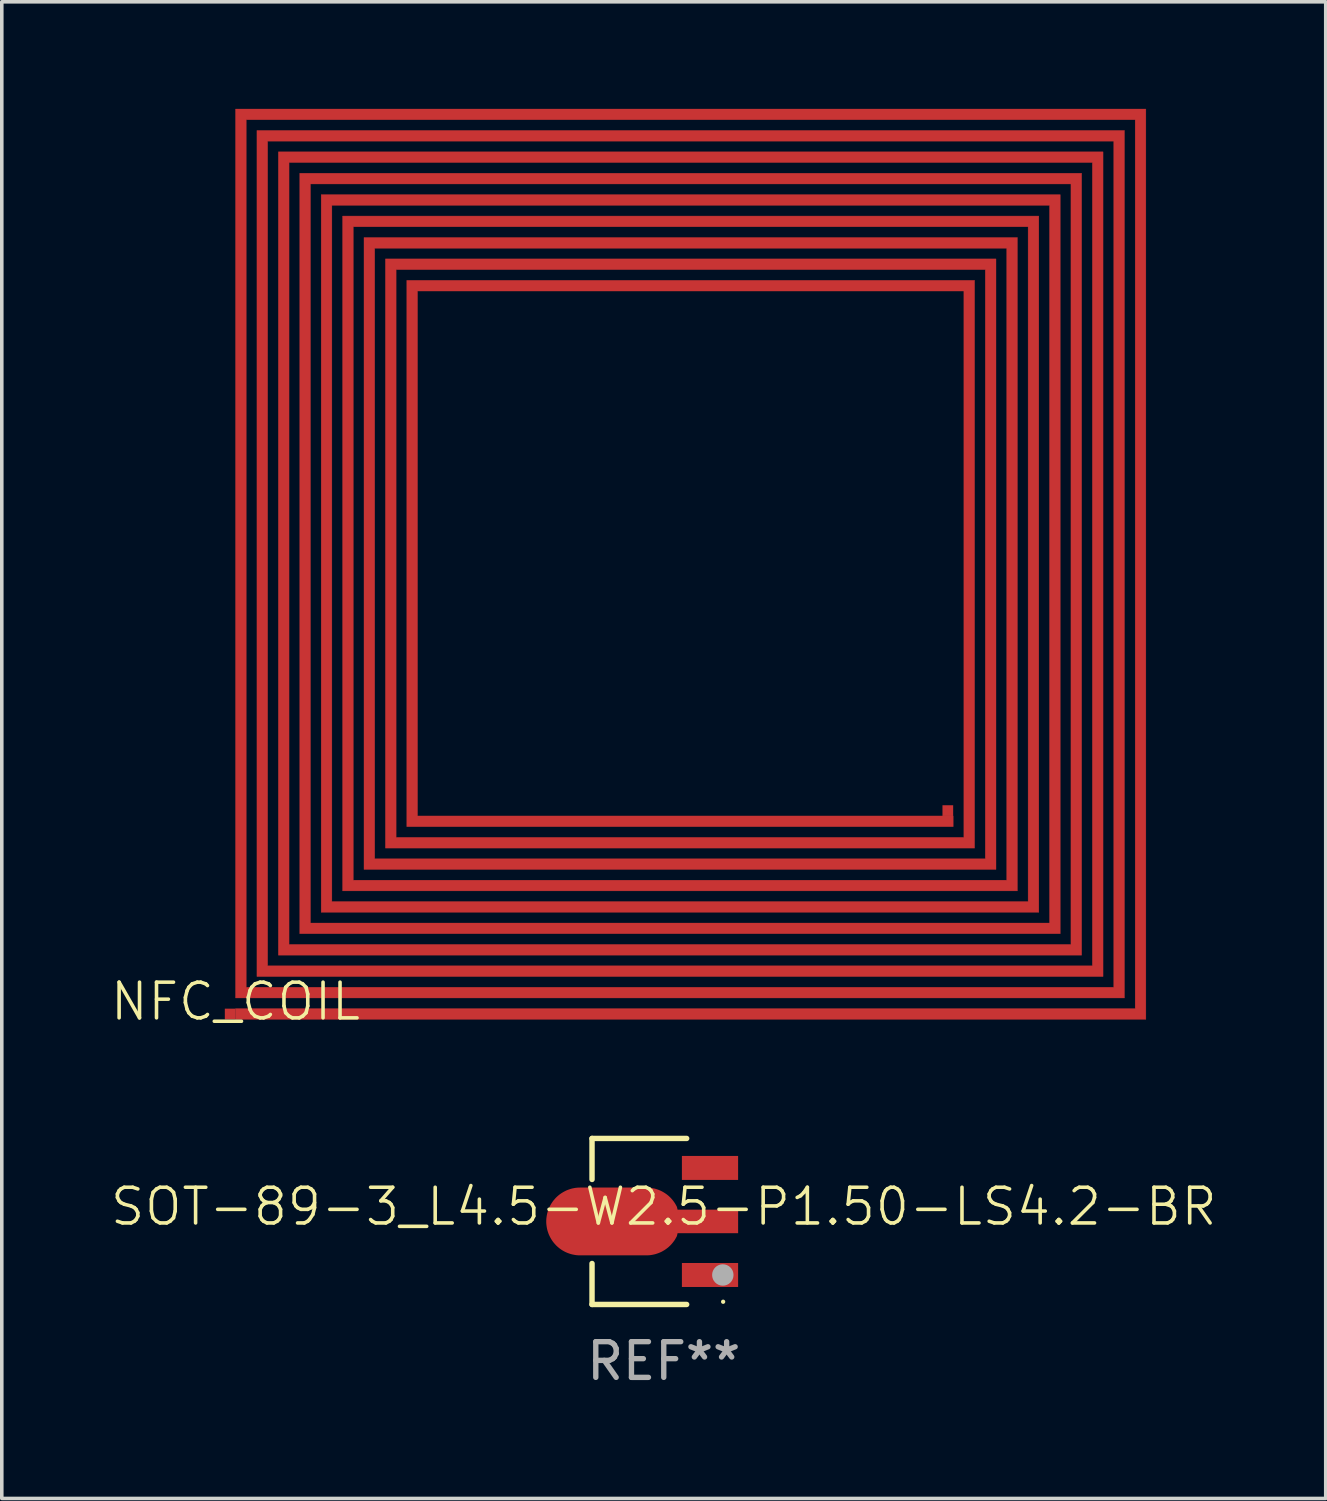
<source format=kicad_pcb>
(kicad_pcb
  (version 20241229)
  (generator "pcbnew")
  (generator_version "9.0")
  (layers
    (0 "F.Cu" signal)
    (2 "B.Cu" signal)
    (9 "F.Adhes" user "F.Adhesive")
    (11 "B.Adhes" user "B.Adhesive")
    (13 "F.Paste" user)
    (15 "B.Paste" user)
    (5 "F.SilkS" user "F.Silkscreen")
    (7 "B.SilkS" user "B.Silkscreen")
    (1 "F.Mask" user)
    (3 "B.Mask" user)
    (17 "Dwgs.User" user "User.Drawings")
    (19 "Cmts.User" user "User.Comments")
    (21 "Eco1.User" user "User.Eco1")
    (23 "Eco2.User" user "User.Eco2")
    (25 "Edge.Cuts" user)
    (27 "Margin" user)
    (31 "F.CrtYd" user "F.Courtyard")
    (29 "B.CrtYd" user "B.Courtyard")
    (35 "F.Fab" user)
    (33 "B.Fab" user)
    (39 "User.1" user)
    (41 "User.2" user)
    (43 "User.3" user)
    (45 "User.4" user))
  (footprint "SOT-89-3_L4.5-W2.5-P1.50-LS4.2-BR"
    (layer "F.Cu")
    (at 15.55 31.262)
    (property "Reference" "SOT-89-3_L4.5-W2.5-P1.50-LS4.2-BR" (at 0 -0.5 0) (unlocked yes) (layer "F.SilkS") (effects (font (size 1 1) (thickness 0.1))))
    (attr smd exclude_from_bom)
    (fp_line (start -2.01 2.242) (end 0.642 2.242) (stroke (width 0.152) (type solid)) (layer "F.SilkS"))
    (fp_line (start -2.01 1.094) (end -2.01 2.242) (stroke (width 0.152) (type solid)) (layer "F.SilkS"))
    (fp_line (start -2.01 -2.41) (end 0.642 -2.41) (stroke (width 0.152) (type solid)) (layer "F.SilkS"))
    (fp_line (start -2.01 -1.261) (end -2.01 -2.41) (stroke (width 0.152) (type solid)) (layer "F.SilkS"))
    (fp_circle (center 1.664 2.166) (end 1.694 2.166) (stroke (width 0.06) (type solid)) (fill no) (layer "F.SilkS"))
    (fp_circle (center 1.655 1.416) (end 1.805 1.416) (stroke (width 0.3) (type solid)) (fill no) (layer "F.Fab"))
    (fp_text user "REF**" (at 0 3.83 0) (layer "F.Fab") (effects (font (size 1 1) (thickness 0.15))))
    (pad "1" smd rect (at 1.296 1.416) (size 1.575 0.672) (layers "F.Cu" "F.Mask" "F.Paste"))
    (pad "2" smd custom (at -1.416 -0.084) (size 0.1 0.1) (layers "F.Cu" "F.Mask" "F.Paste") (options (anchor circle)) (primitives (gr_poly (pts (xy -0.927 -0.95) (xy 0.927 -0.95) (xy 0.972 -0.949) (xy 1.016 -0.946) (xy 1.06 -0.941) (xy 1.104 -0.933) (xy 1.148 -0.924) (xy 1.191 -0.913) (xy 1.233 -0.899) (xy 1.275 -0.884) (xy 1.316 -0.867) (xy 1.357 -0.847) (xy 1.396 -0.826) (xy 1.434 -0.803) (xy 1.471 -0.779) (xy 1.507 -0.753) (xy 1.542 -0.725) (xy 1.575 -0.695) (xy 1.607 -0.664) (xy 1.637 -0.631) (xy 1.666 -0.597) (xy 1.693 -0.562) (xy 1.719 -0.525) (xy 1.742 -0.488) (xy 1.764 -0.449) (xy 1.785 -0.409) (xy 1.803 -0.33) (xy 3.5 -0.33) (xy 3.5 0.33) (xy 1.803 0.33) (xy 1.785 0.409) (xy 1.764 0.449) (xy 1.742 0.488) (xy 1.719 0.526) (xy 1.693 0.562) (xy 1.666 0.597) (xy 1.637 0.631) (xy 1.607 0.664) (xy 1.575 0.695) (xy 1.542 0.725) (xy 1.507 0.753) (xy 1.471 0.779) (xy 1.434 0.804) (xy 1.396 0.826) (xy 1.357 0.848) (xy 1.316 0.867) (xy 1.275 0.884) (xy 1.233 0.899) (xy 1.191 0.913) (xy 1.148 0.924) (xy 1.104 0.933) (xy 1.06 0.941) (xy 1.016 0.946) (xy 0.972 0.949) (xy 0.927 0.95) (xy -0.927 0.95) (xy -0.972 0.949) (xy -1.016 0.946) (xy -1.06 0.941) (xy -1.104 0.933) (xy -1.148 0.924) (xy -1.191 0.913) (xy -1.233 0.899) (xy -1.275 0.884) (xy -1.316 0.867) (xy -1.356 0.848) (xy -1.396 0.826) (xy -1.434 0.804) (xy -1.471 0.779) (xy -1.507 0.753) (xy -1.541 0.725) (xy -1.575 0.695) (xy -1.607 0.664) (xy -1.637 0.631) (xy -1.666 0.597) (xy -1.693 0.562) (xy -1.718 0.526) (xy -1.742 0.488) (xy -1.764 0.449) (xy -1.784 0.409) (xy -1.803 0.369) (xy -1.819 0.327) (xy -1.833 0.285) (xy -1.846 0.242) (xy -1.856 0.199) (xy -1.864 0.155) (xy -1.87 0.111) (xy -1.875 0.067) (xy -1.877 0.022) (xy -1.877 -0.022) (xy -1.875 -0.067) (xy -1.87 -0.111) (xy -1.864 -0.155) (xy -1.856 -0.199) (xy -1.846 -0.242) (xy -1.833 -0.285) (xy -1.819 -0.327) (xy -1.803 -0.369) (xy -1.784 -0.409) (xy -1.764 -0.449) (xy -1.742 -0.488) (xy -1.718 -0.525) (xy -1.693 -0.562) (xy -1.666 -0.597) (xy -1.637 -0.631) (xy -1.607 -0.664) (xy -1.575 -0.695) (xy -1.541 -0.725) (xy -1.507 -0.753) (xy -1.471 -0.779) (xy -1.434 -0.803) (xy -1.396 -0.826) (xy -1.356 -0.847) (xy -1.316 -0.867) (xy -1.275 -0.884) (xy -1.233 -0.899) (xy -1.191 -0.913) (xy -1.148 -0.924) (xy -1.104 -0.933) (xy -1.06 -0.941) (xy -1.016 -0.946) (xy -0.972 -0.949) (xy -0.927 -0.95)) (width 0) (fill yes))))
    (pad "3" smd rect (at 1.296 -1.584) (size 1.575 0.672) (layers "F.Cu" "F.Mask" "F.Paste")))
  (footprint "NFC_COIL"
    (layer "F.Cu")
    (at 3.55 25.515)
    (property "Reference" "NFC_COIL" (at 0 -0.5 0) (unlocked yes) (layer "F.SilkS") (effects (font (size 1 1) (thickness 0.1))))
    (attr smd)
    (fp_poly (pts (xy 0 0) (xy 25.51 0) (xy 25.51 -25.51) (xy 0 -25.51) (xy 0 -0.6) (xy 24.91 -0.6) (xy 24.91 -24.91) (xy 0.6 -24.91) (xy 0.6 -1.2) (xy 24.31 -1.2) (xy 24.31 -24.31) (xy 1.2 -24.31) (xy 1.2 -1.8) (xy 23.71 -1.8) (xy 23.71 -23.71) (xy 1.8 -23.71) (xy 1.8 -2.4) (xy 23.11 -2.4) (xy 23.11 -23.11) (xy 2.4 -23.11) (xy 2.4 -3) (xy 22.51 -3) (xy 22.51 -22.51) (xy 3 -22.51) (xy 3 -3.6) (xy 21.91 -3.6) (xy 21.91 -21.91) (xy 3.6 -21.91) (xy 3.6 -4.2) (xy 21.31 -4.2) (xy 21.31 -21.31) (xy 4.2 -21.31) (xy 4.2 -4.8) (xy 20.71 -4.8) (xy 20.71 -20.71) (xy 4.8 -20.71) (xy 4.8 -5.4) (xy 20.11 -5.4) (xy 20.11 -5.7) (xy 19.81 -5.7) (xy 5.1 -5.7) (xy 5.1 -20.41) (xy 20.41 -20.41) (xy 20.41 -5.1) (xy 4.5 -5.1) (xy 4.5 -21.01) (xy 21.01 -21.01) (xy 21.01 -4.5) (xy 3.9 -4.5) (xy 3.9 -21.61) (xy 21.61 -21.61) (xy 21.61 -3.9) (xy 3.3 -3.9) (xy 3.3 -22.21) (xy 22.21 -22.21) (xy 22.21 -3.3) (xy 2.7 -3.3) (xy 2.7 -22.81) (xy 22.81 -22.81) (xy 22.81 -2.7) (xy 2.1 -2.7) (xy 2.1 -23.41) (xy 23.41 -23.41) (xy 23.41 -2.1) (xy 1.5 -2.1) (xy 1.5 -24.01) (xy 24.01 -24.01) (xy 24.01 -1.5) (xy 0.9 -1.5) (xy 0.9 -24.61) (xy 24.61 -24.61) (xy 24.61 -0.9) (xy 0.3 -0.9) (xy 0.3 -25.21) (xy 25.21 -25.21) (xy 25.21 -0.3) (xy 0 -0.3)) (stroke (width 0.01) (type solid)) (fill yes) (layer "F.Cu"))
    (pad "1" smd rect (at -0.15 -0.15) (size 0.3 0.3) (layers "F.Cu" "F.Mask" "F.Paste"))
    (pad "2" smd rect (at 19.96 -5.85) (size 0.3 0.3) (layers "F.Cu" "F.Mask" "F.Paste")))
  (gr_rect
    (start -3 -3)
    (end 34.1 38.94)
    (stroke (width 0.1) (type default))
    (fill no)
    (layer "Edge.Cuts")))
</source>
